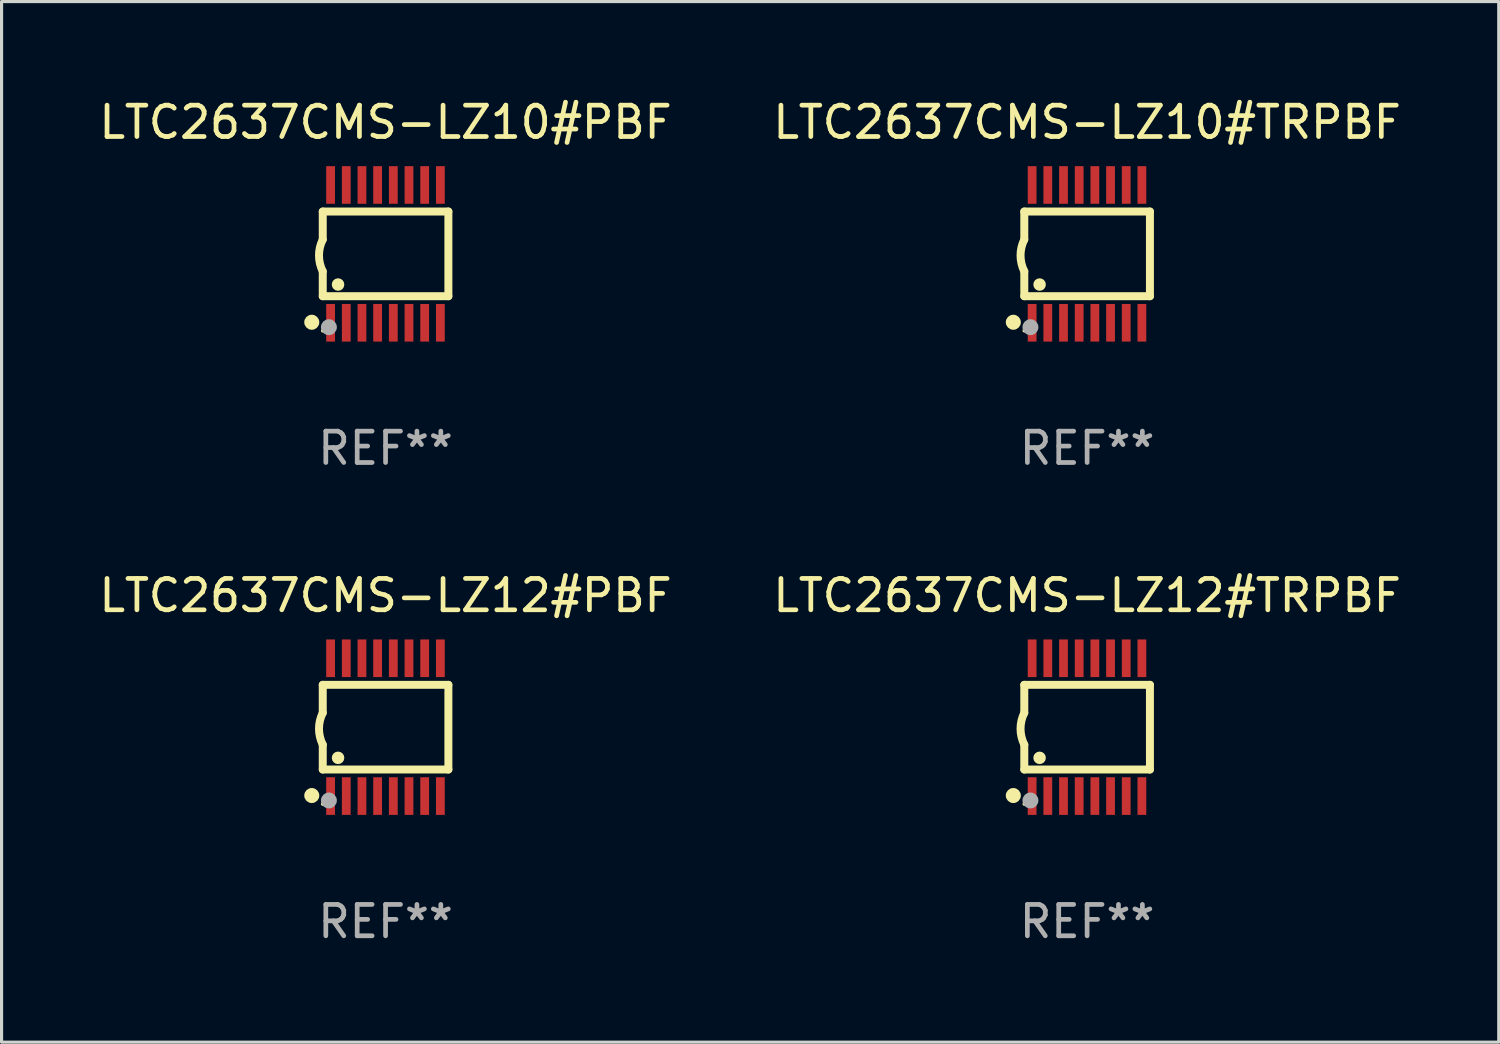
<source format=kicad_pcb>
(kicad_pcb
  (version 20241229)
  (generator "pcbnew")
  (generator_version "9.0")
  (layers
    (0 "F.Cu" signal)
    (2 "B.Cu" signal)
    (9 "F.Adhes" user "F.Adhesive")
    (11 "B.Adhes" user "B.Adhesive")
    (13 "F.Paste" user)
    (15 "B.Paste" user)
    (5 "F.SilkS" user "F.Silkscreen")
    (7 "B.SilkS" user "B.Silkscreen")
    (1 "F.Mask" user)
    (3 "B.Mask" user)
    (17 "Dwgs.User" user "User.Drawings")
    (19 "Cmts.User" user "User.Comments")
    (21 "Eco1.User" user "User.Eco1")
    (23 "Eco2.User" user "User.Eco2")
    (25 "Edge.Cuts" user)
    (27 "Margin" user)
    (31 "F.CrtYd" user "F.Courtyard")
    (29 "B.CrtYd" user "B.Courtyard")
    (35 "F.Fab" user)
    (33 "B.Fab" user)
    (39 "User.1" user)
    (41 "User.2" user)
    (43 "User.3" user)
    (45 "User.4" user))
  (footprint "LTC2637CMS-LZ10#PBF"
    (layer "F.Cu")
    (at 9.244 5.045)
    (property "Reference" "LTC2637CMS-LZ10#PBF" (at 0 -4.197 0) (layer "F.SilkS") (effects (font (size 1 1) (thickness 0.15))))
    (attr through_hole)
    (fp_line (start -2.003 -1.35) (end -2.003 -0.457) (stroke (width 0.254) (type solid)) (layer "F.SilkS"))
    (fp_line (start -2.003 -1.35) (end 2.003 -1.35) (stroke (width 0.254) (type solid)) (layer "F.SilkS"))
    (fp_line (start -2.003 1.35) (end -2.003 0.559) (stroke (width 0.254) (type solid)) (layer "F.SilkS"))
    (fp_line (start -2.003 1.35) (end 2.003 1.35) (stroke (width 0.254) (type solid)) (layer "F.SilkS"))
    (fp_line (start 2.003 -1.35) (end 2.003 1.35) (stroke (width 0.254) (type solid)) (layer "F.SilkS"))
    (fp_arc (start -2.002286 0.558802) (mid -2.122556 0.05092) (end -2.003302 -0.457201) (stroke (width 0.254001) (type solid)) (layer "F.SilkS"))
    (fp_circle (center -2.353 2.18) (end -2.233 2.18) (stroke (width 0.24) (type solid)) (fill no) (layer "F.SilkS"))
    (fp_circle (center -2.003 2.45) (end -1.973 2.45) (stroke (width 0.06) (type solid)) (fill no) (layer "F.SilkS"))
    (fp_circle (center -1.515 0.978) (end -1.415 0.978) (stroke (width 0.2) (type solid)) (fill no) (layer "F.SilkS"))
    (fp_circle (center -1.807 2.337) (end -1.68 2.337) (stroke (width 0.254) (type solid)) (fill no) (layer "F.Fab"))
    (fp_text user "REF**" (at 0 6.197 0) (layer "F.Fab") (effects (font (size 1 1) (thickness 0.15))))
    (pad "1" smd rect (at -1.753 2.197 90) (size 1.2 0.28) (layers "F.Cu" "F.Mask" "F.Paste"))
    (pad "2" smd rect (at -1.253 2.197 90) (size 1.2 0.28) (layers "F.Cu" "F.Mask" "F.Paste"))
    (pad "3" smd rect (at -0.753 2.197 90) (size 1.2 0.28) (layers "F.Cu" "F.Mask" "F.Paste"))
    (pad "4" smd rect (at -0.253 2.197 90) (size 1.2 0.28) (layers "F.Cu" "F.Mask" "F.Paste"))
    (pad "5" smd rect (at 0.247 2.197 90) (size 1.2 0.28) (layers "F.Cu" "F.Mask" "F.Paste"))
    (pad "6" smd rect (at 0.747 2.197 90) (size 1.2 0.28) (layers "F.Cu" "F.Mask" "F.Paste"))
    (pad "7" smd rect (at 1.247 2.197 90) (size 1.2 0.28) (layers "F.Cu" "F.Mask" "F.Paste"))
    (pad "8" smd rect (at 1.747 2.197 90) (size 1.2 0.28) (layers "F.Cu" "F.Mask" "F.Paste"))
    (pad "9" smd rect (at 1.747 -2.197 90) (size 1.2 0.28) (layers "F.Cu" "F.Mask" "F.Paste"))
    (pad "10" smd rect (at 1.247 -2.197 90) (size 1.2 0.28) (layers "F.Cu" "F.Mask" "F.Paste"))
    (pad "11" smd rect (at 0.747 -2.197 90) (size 1.2 0.28) (layers "F.Cu" "F.Mask" "F.Paste"))
    (pad "12" smd rect (at 0.247 -2.197 90) (size 1.2 0.28) (layers "F.Cu" "F.Mask" "F.Paste"))
    (pad "13" smd rect (at -0.253 -2.197 90) (size 1.2 0.28) (layers "F.Cu" "F.Mask" "F.Paste"))
    (pad "14" smd rect (at -0.753 -2.197 90) (size 1.2 0.28) (layers "F.Cu" "F.Mask" "F.Paste"))
    (pad "15" smd rect (at -1.253 -2.197 90) (size 1.2 0.28) (layers "F.Cu" "F.Mask" "F.Paste"))
    (pad "16" smd rect (at -1.753 -2.197 90) (size 1.2 0.28) (layers "F.Cu" "F.Mask" "F.Paste")))
  (footprint "LTC2637CMS-LZ12#PBF"
    (layer "F.Cu")
    (at 9.244 20.136)
    (property "Reference" "LTC2637CMS-LZ12#PBF" (at 0 -4.197 0) (layer "F.SilkS") (effects (font (size 1 1) (thickness 0.15))))
    (attr through_hole)
    (fp_line (start -2.003 -1.35) (end -2.003 -0.457) (stroke (width 0.254) (type solid)) (layer "F.SilkS"))
    (fp_line (start -2.003 -1.35) (end 2.003 -1.35) (stroke (width 0.254) (type solid)) (layer "F.SilkS"))
    (fp_line (start -2.003 1.35) (end -2.003 0.559) (stroke (width 0.254) (type solid)) (layer "F.SilkS"))
    (fp_line (start -2.003 1.35) (end 2.003 1.35) (stroke (width 0.254) (type solid)) (layer "F.SilkS"))
    (fp_line (start 2.003 -1.35) (end 2.003 1.35) (stroke (width 0.254) (type solid)) (layer "F.SilkS"))
    (fp_arc (start -2.002286 0.558802) (mid -2.122556 0.05092) (end -2.003302 -0.457201) (stroke (width 0.254001) (type solid)) (layer "F.SilkS"))
    (fp_circle (center -2.353 2.18) (end -2.233 2.18) (stroke (width 0.24) (type solid)) (fill no) (layer "F.SilkS"))
    (fp_circle (center -2.003 2.45) (end -1.973 2.45) (stroke (width 0.06) (type solid)) (fill no) (layer "F.SilkS"))
    (fp_circle (center -1.515 0.978) (end -1.415 0.978) (stroke (width 0.2) (type solid)) (fill no) (layer "F.SilkS"))
    (fp_circle (center -1.807 2.337) (end -1.68 2.337) (stroke (width 0.254) (type solid)) (fill no) (layer "F.Fab"))
    (fp_text user "REF**" (at 0 6.197 0) (layer "F.Fab") (effects (font (size 1 1) (thickness 0.15))))
    (pad "1" smd rect (at -1.753 2.197 90) (size 1.2 0.28) (layers "F.Cu" "F.Mask" "F.Paste"))
    (pad "2" smd rect (at -1.253 2.197 90) (size 1.2 0.28) (layers "F.Cu" "F.Mask" "F.Paste"))
    (pad "3" smd rect (at -0.753 2.197 90) (size 1.2 0.28) (layers "F.Cu" "F.Mask" "F.Paste"))
    (pad "4" smd rect (at -0.253 2.197 90) (size 1.2 0.28) (layers "F.Cu" "F.Mask" "F.Paste"))
    (pad "5" smd rect (at 0.247 2.197 90) (size 1.2 0.28) (layers "F.Cu" "F.Mask" "F.Paste"))
    (pad "6" smd rect (at 0.747 2.197 90) (size 1.2 0.28) (layers "F.Cu" "F.Mask" "F.Paste"))
    (pad "7" smd rect (at 1.247 2.197 90) (size 1.2 0.28) (layers "F.Cu" "F.Mask" "F.Paste"))
    (pad "8" smd rect (at 1.747 2.197 90) (size 1.2 0.28) (layers "F.Cu" "F.Mask" "F.Paste"))
    (pad "9" smd rect (at 1.747 -2.197 90) (size 1.2 0.28) (layers "F.Cu" "F.Mask" "F.Paste"))
    (pad "10" smd rect (at 1.247 -2.197 90) (size 1.2 0.28) (layers "F.Cu" "F.Mask" "F.Paste"))
    (pad "11" smd rect (at 0.747 -2.197 90) (size 1.2 0.28) (layers "F.Cu" "F.Mask" "F.Paste"))
    (pad "12" smd rect (at 0.247 -2.197 90) (size 1.2 0.28) (layers "F.Cu" "F.Mask" "F.Paste"))
    (pad "13" smd rect (at -0.253 -2.197 90) (size 1.2 0.28) (layers "F.Cu" "F.Mask" "F.Paste"))
    (pad "14" smd rect (at -0.753 -2.197 90) (size 1.2 0.28) (layers "F.Cu" "F.Mask" "F.Paste"))
    (pad "15" smd rect (at -1.253 -2.197 90) (size 1.2 0.28) (layers "F.Cu" "F.Mask" "F.Paste"))
    (pad "16" smd rect (at -1.753 -2.197 90) (size 1.2 0.28) (layers "F.Cu" "F.Mask" "F.Paste")))
  (footprint "LTC2637CMS-LZ10#TRPBF"
    (layer "F.Cu")
    (at 31.613 5.045)
    (property "Reference" "LTC2637CMS-LZ10#TRPBF" (at 0 -4.197 0) (layer "F.SilkS") (effects (font (size 1 1) (thickness 0.15))))
    (attr through_hole)
    (fp_line (start -2.003 -1.35) (end -2.003 -0.457) (stroke (width 0.254) (type solid)) (layer "F.SilkS"))
    (fp_line (start -2.003 -1.35) (end 2.003 -1.35) (stroke (width 0.254) (type solid)) (layer "F.SilkS"))
    (fp_line (start -2.003 1.35) (end -2.003 0.559) (stroke (width 0.254) (type solid)) (layer "F.SilkS"))
    (fp_line (start -2.003 1.35) (end 2.003 1.35) (stroke (width 0.254) (type solid)) (layer "F.SilkS"))
    (fp_line (start 2.003 -1.35) (end 2.003 1.35) (stroke (width 0.254) (type solid)) (layer "F.SilkS"))
    (fp_arc (start -2.002286 0.558802) (mid -2.122556 0.05092) (end -2.003302 -0.457201) (stroke (width 0.254001) (type solid)) (layer "F.SilkS"))
    (fp_circle (center -2.353 2.18) (end -2.233 2.18) (stroke (width 0.24) (type solid)) (fill no) (layer "F.SilkS"))
    (fp_circle (center -2.003 2.45) (end -1.973 2.45) (stroke (width 0.06) (type solid)) (fill no) (layer "F.SilkS"))
    (fp_circle (center -1.515 0.978) (end -1.415 0.978) (stroke (width 0.2) (type solid)) (fill no) (layer "F.SilkS"))
    (fp_circle (center -1.807 2.337) (end -1.68 2.337) (stroke (width 0.254) (type solid)) (fill no) (layer "F.Fab"))
    (fp_text user "REF**" (at 0 6.197 0) (layer "F.Fab") (effects (font (size 1 1) (thickness 0.15))))
    (pad "1" smd rect (at -1.753 2.197 90) (size 1.2 0.28) (layers "F.Cu" "F.Mask" "F.Paste"))
    (pad "2" smd rect (at -1.253 2.197 90) (size 1.2 0.28) (layers "F.Cu" "F.Mask" "F.Paste"))
    (pad "3" smd rect (at -0.753 2.197 90) (size 1.2 0.28) (layers "F.Cu" "F.Mask" "F.Paste"))
    (pad "4" smd rect (at -0.253 2.197 90) (size 1.2 0.28) (layers "F.Cu" "F.Mask" "F.Paste"))
    (pad "5" smd rect (at 0.247 2.197 90) (size 1.2 0.28) (layers "F.Cu" "F.Mask" "F.Paste"))
    (pad "6" smd rect (at 0.747 2.197 90) (size 1.2 0.28) (layers "F.Cu" "F.Mask" "F.Paste"))
    (pad "7" smd rect (at 1.247 2.197 90) (size 1.2 0.28) (layers "F.Cu" "F.Mask" "F.Paste"))
    (pad "8" smd rect (at 1.747 2.197 90) (size 1.2 0.28) (layers "F.Cu" "F.Mask" "F.Paste"))
    (pad "9" smd rect (at 1.747 -2.197 90) (size 1.2 0.28) (layers "F.Cu" "F.Mask" "F.Paste"))
    (pad "10" smd rect (at 1.247 -2.197 90) (size 1.2 0.28) (layers "F.Cu" "F.Mask" "F.Paste"))
    (pad "11" smd rect (at 0.747 -2.197 90) (size 1.2 0.28) (layers "F.Cu" "F.Mask" "F.Paste"))
    (pad "12" smd rect (at 0.247 -2.197 90) (size 1.2 0.28) (layers "F.Cu" "F.Mask" "F.Paste"))
    (pad "13" smd rect (at -0.253 -2.197 90) (size 1.2 0.28) (layers "F.Cu" "F.Mask" "F.Paste"))
    (pad "14" smd rect (at -0.753 -2.197 90) (size 1.2 0.28) (layers "F.Cu" "F.Mask" "F.Paste"))
    (pad "15" smd rect (at -1.253 -2.197 90) (size 1.2 0.28) (layers "F.Cu" "F.Mask" "F.Paste"))
    (pad "16" smd rect (at -1.753 -2.197 90) (size 1.2 0.28) (layers "F.Cu" "F.Mask" "F.Paste")))
  (footprint "LTC2637CMS-LZ12#TRPBF"
    (layer "F.Cu")
    (at 31.613 20.136)
    (property "Reference" "LTC2637CMS-LZ12#TRPBF" (at 0 -4.197 0) (layer "F.SilkS") (effects (font (size 1 1) (thickness 0.15))))
    (attr through_hole)
    (fp_line (start -2.003 -1.35) (end -2.003 -0.457) (stroke (width 0.254) (type solid)) (layer "F.SilkS"))
    (fp_line (start -2.003 -1.35) (end 2.003 -1.35) (stroke (width 0.254) (type solid)) (layer "F.SilkS"))
    (fp_line (start -2.003 1.35) (end -2.003 0.559) (stroke (width 0.254) (type solid)) (layer "F.SilkS"))
    (fp_line (start -2.003 1.35) (end 2.003 1.35) (stroke (width 0.254) (type solid)) (layer "F.SilkS"))
    (fp_line (start 2.003 -1.35) (end 2.003 1.35) (stroke (width 0.254) (type solid)) (layer "F.SilkS"))
    (fp_arc (start -2.002286 0.558802) (mid -2.122556 0.05092) (end -2.003302 -0.457201) (stroke (width 0.254001) (type solid)) (layer "F.SilkS"))
    (fp_circle (center -2.353 2.18) (end -2.233 2.18) (stroke (width 0.24) (type solid)) (fill no) (layer "F.SilkS"))
    (fp_circle (center -2.003 2.45) (end -1.973 2.45) (stroke (width 0.06) (type solid)) (fill no) (layer "F.SilkS"))
    (fp_circle (center -1.515 0.978) (end -1.415 0.978) (stroke (width 0.2) (type solid)) (fill no) (layer "F.SilkS"))
    (fp_circle (center -1.807 2.337) (end -1.68 2.337) (stroke (width 0.254) (type solid)) (fill no) (layer "F.Fab"))
    (fp_text user "REF**" (at 0 6.197 0) (layer "F.Fab") (effects (font (size 1 1) (thickness 0.15))))
    (pad "1" smd rect (at -1.753 2.197 90) (size 1.2 0.28) (layers "F.Cu" "F.Mask" "F.Paste"))
    (pad "2" smd rect (at -1.253 2.197 90) (size 1.2 0.28) (layers "F.Cu" "F.Mask" "F.Paste"))
    (pad "3" smd rect (at -0.753 2.197 90) (size 1.2 0.28) (layers "F.Cu" "F.Mask" "F.Paste"))
    (pad "4" smd rect (at -0.253 2.197 90) (size 1.2 0.28) (layers "F.Cu" "F.Mask" "F.Paste"))
    (pad "5" smd rect (at 0.247 2.197 90) (size 1.2 0.28) (layers "F.Cu" "F.Mask" "F.Paste"))
    (pad "6" smd rect (at 0.747 2.197 90) (size 1.2 0.28) (layers "F.Cu" "F.Mask" "F.Paste"))
    (pad "7" smd rect (at 1.247 2.197 90) (size 1.2 0.28) (layers "F.Cu" "F.Mask" "F.Paste"))
    (pad "8" smd rect (at 1.747 2.197 90) (size 1.2 0.28) (layers "F.Cu" "F.Mask" "F.Paste"))
    (pad "9" smd rect (at 1.747 -2.197 90) (size 1.2 0.28) (layers "F.Cu" "F.Mask" "F.Paste"))
    (pad "10" smd rect (at 1.247 -2.197 90) (size 1.2 0.28) (layers "F.Cu" "F.Mask" "F.Paste"))
    (pad "11" smd rect (at 0.747 -2.197 90) (size 1.2 0.28) (layers "F.Cu" "F.Mask" "F.Paste"))
    (pad "12" smd rect (at 0.247 -2.197 90) (size 1.2 0.28) (layers "F.Cu" "F.Mask" "F.Paste"))
    (pad "13" smd rect (at -0.253 -2.197 90) (size 1.2 0.28) (layers "F.Cu" "F.Mask" "F.Paste"))
    (pad "14" smd rect (at -0.753 -2.197 90) (size 1.2 0.28) (layers "F.Cu" "F.Mask" "F.Paste"))
    (pad "15" smd rect (at -1.253 -2.197 90) (size 1.2 0.28) (layers "F.Cu" "F.Mask" "F.Paste"))
    (pad "16" smd rect (at -1.753 -2.197 90) (size 1.2 0.28) (layers "F.Cu" "F.Mask" "F.Paste")))
  (gr_rect
    (start -3 -3)
    (end 44.738 30.181)
    (stroke (width 0.1) (type default))
    (fill no)
    (layer "Edge.Cuts")))
</source>
